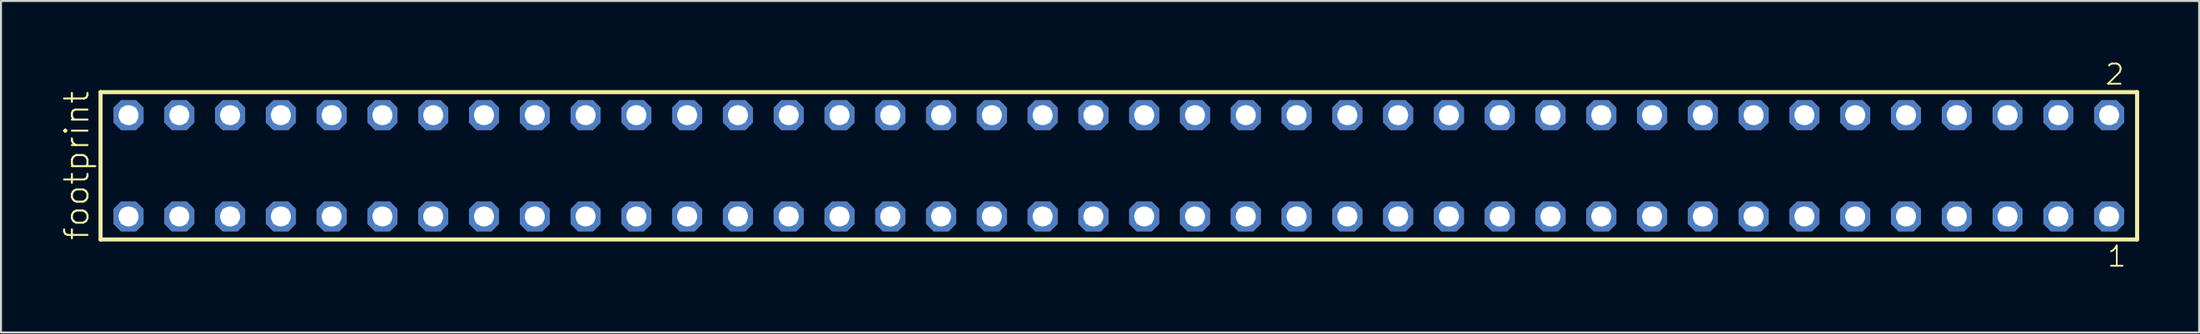
<source format=kicad_pcb>
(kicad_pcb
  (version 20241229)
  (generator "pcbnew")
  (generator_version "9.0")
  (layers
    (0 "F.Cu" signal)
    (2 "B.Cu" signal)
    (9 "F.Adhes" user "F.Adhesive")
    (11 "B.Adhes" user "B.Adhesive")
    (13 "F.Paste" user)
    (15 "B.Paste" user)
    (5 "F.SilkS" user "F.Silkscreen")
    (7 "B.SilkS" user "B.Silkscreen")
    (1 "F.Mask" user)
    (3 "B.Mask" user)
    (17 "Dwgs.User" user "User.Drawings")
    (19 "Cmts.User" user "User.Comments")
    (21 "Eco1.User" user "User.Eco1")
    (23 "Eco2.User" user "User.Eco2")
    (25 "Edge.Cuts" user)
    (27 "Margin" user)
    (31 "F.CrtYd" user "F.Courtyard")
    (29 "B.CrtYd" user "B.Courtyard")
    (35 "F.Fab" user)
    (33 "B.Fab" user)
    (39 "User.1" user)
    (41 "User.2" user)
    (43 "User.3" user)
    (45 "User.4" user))
  (footprint "footprint"
    (layer "F.Cu")
    (at 52.908 5.265)
    (property "Reference" "footprint" (at -51.435 3.81 90) (layer "F.SilkS") (effects (font (size 1.168 1.168) (thickness 0.102)) (justify left bottom)))
    (fp_line (start -50.929 -3.695) (end 50.929 -3.695) (stroke (width 0.203) (type solid)) (layer "F.SilkS"))
    (fp_line (start -50.929 3.695) (end -50.929 -3.695) (stroke (width 0.203) (type solid)) (layer "F.SilkS"))
    (fp_line (start 50.929 -3.695) (end 50.929 3.695) (stroke (width 0.203) (type solid)) (layer "F.SilkS"))
    (fp_line (start 50.929 3.695) (end -50.929 3.695) (stroke (width 0.203) (type solid)) (layer "F.SilkS"))
    (fp_poly (pts (xy -49.88 -2.19) (xy -49.18 -2.19) (xy -49.18 -2.89) (xy -49.88 -2.89)) (stroke (width 0.1) (type solid)) (fill no) (layer "F.Fab"))
    (fp_poly (pts (xy -49.88 2.89) (xy -49.18 2.89) (xy -49.18 2.19) (xy -49.88 2.19)) (stroke (width 0.1) (type solid)) (fill no) (layer "F.Fab"))
    (fp_poly (pts (xy -47.34 -2.19) (xy -46.64 -2.19) (xy -46.64 -2.89) (xy -47.34 -2.89)) (stroke (width 0.1) (type solid)) (fill no) (layer "F.Fab"))
    (fp_poly (pts (xy -47.34 2.89) (xy -46.64 2.89) (xy -46.64 2.19) (xy -47.34 2.19)) (stroke (width 0.1) (type solid)) (fill no) (layer "F.Fab"))
    (fp_poly (pts (xy -44.8 -2.19) (xy -44.1 -2.19) (xy -44.1 -2.89) (xy -44.8 -2.89)) (stroke (width 0.1) (type solid)) (fill no) (layer "F.Fab"))
    (fp_poly (pts (xy -44.8 2.89) (xy -44.1 2.89) (xy -44.1 2.19) (xy -44.8 2.19)) (stroke (width 0.1) (type solid)) (fill no) (layer "F.Fab"))
    (fp_poly (pts (xy -42.26 -2.19) (xy -41.56 -2.19) (xy -41.56 -2.89) (xy -42.26 -2.89)) (stroke (width 0.1) (type solid)) (fill no) (layer "F.Fab"))
    (fp_poly (pts (xy -42.26 2.89) (xy -41.56 2.89) (xy -41.56 2.19) (xy -42.26 2.19)) (stroke (width 0.1) (type solid)) (fill no) (layer "F.Fab"))
    (fp_poly (pts (xy -39.72 -2.19) (xy -39.02 -2.19) (xy -39.02 -2.89) (xy -39.72 -2.89)) (stroke (width 0.1) (type solid)) (fill no) (layer "F.Fab"))
    (fp_poly (pts (xy -39.72 2.89) (xy -39.02 2.89) (xy -39.02 2.19) (xy -39.72 2.19)) (stroke (width 0.1) (type solid)) (fill no) (layer "F.Fab"))
    (fp_poly (pts (xy -37.18 -2.19) (xy -36.48 -2.19) (xy -36.48 -2.89) (xy -37.18 -2.89)) (stroke (width 0.1) (type solid)) (fill no) (layer "F.Fab"))
    (fp_poly (pts (xy -37.18 2.89) (xy -36.48 2.89) (xy -36.48 2.19) (xy -37.18 2.19)) (stroke (width 0.1) (type solid)) (fill no) (layer "F.Fab"))
    (fp_poly (pts (xy -34.64 -2.19) (xy -33.94 -2.19) (xy -33.94 -2.89) (xy -34.64 -2.89)) (stroke (width 0.1) (type solid)) (fill no) (layer "F.Fab"))
    (fp_poly (pts (xy -34.64 2.89) (xy -33.94 2.89) (xy -33.94 2.19) (xy -34.64 2.19)) (stroke (width 0.1) (type solid)) (fill no) (layer "F.Fab"))
    (fp_poly (pts (xy -32.1 -2.19) (xy -31.4 -2.19) (xy -31.4 -2.89) (xy -32.1 -2.89)) (stroke (width 0.1) (type solid)) (fill no) (layer "F.Fab"))
    (fp_poly (pts (xy -32.1 2.89) (xy -31.4 2.89) (xy -31.4 2.19) (xy -32.1 2.19)) (stroke (width 0.1) (type solid)) (fill no) (layer "F.Fab"))
    (fp_poly (pts (xy -29.56 -2.19) (xy -28.86 -2.19) (xy -28.86 -2.89) (xy -29.56 -2.89)) (stroke (width 0.1) (type solid)) (fill no) (layer "F.Fab"))
    (fp_poly (pts (xy -29.56 2.89) (xy -28.86 2.89) (xy -28.86 2.19) (xy -29.56 2.19)) (stroke (width 0.1) (type solid)) (fill no) (layer "F.Fab"))
    (fp_poly (pts (xy -27.02 -2.19) (xy -26.32 -2.19) (xy -26.32 -2.89) (xy -27.02 -2.89)) (stroke (width 0.1) (type solid)) (fill no) (layer "F.Fab"))
    (fp_poly (pts (xy -27.02 2.89) (xy -26.32 2.89) (xy -26.32 2.19) (xy -27.02 2.19)) (stroke (width 0.1) (type solid)) (fill no) (layer "F.Fab"))
    (fp_poly (pts (xy -24.48 -2.19) (xy -23.78 -2.19) (xy -23.78 -2.89) (xy -24.48 -2.89)) (stroke (width 0.1) (type solid)) (fill no) (layer "F.Fab"))
    (fp_poly (pts (xy -24.48 2.89) (xy -23.78 2.89) (xy -23.78 2.19) (xy -24.48 2.19)) (stroke (width 0.1) (type solid)) (fill no) (layer "F.Fab"))
    (fp_poly (pts (xy -21.94 -2.19) (xy -21.24 -2.19) (xy -21.24 -2.89) (xy -21.94 -2.89)) (stroke (width 0.1) (type solid)) (fill no) (layer "F.Fab"))
    (fp_poly (pts (xy -21.94 2.89) (xy -21.24 2.89) (xy -21.24 2.19) (xy -21.94 2.19)) (stroke (width 0.1) (type solid)) (fill no) (layer "F.Fab"))
    (fp_poly (pts (xy -19.4 -2.19) (xy -18.7 -2.19) (xy -18.7 -2.89) (xy -19.4 -2.89)) (stroke (width 0.1) (type solid)) (fill no) (layer "F.Fab"))
    (fp_poly (pts (xy -19.4 2.89) (xy -18.7 2.89) (xy -18.7 2.19) (xy -19.4 2.19)) (stroke (width 0.1) (type solid)) (fill no) (layer "F.Fab"))
    (fp_poly (pts (xy -16.86 -2.19) (xy -16.16 -2.19) (xy -16.16 -2.89) (xy -16.86 -2.89)) (stroke (width 0.1) (type solid)) (fill no) (layer "F.Fab"))
    (fp_poly (pts (xy -16.86 2.89) (xy -16.16 2.89) (xy -16.16 2.19) (xy -16.86 2.19)) (stroke (width 0.1) (type solid)) (fill no) (layer "F.Fab"))
    (fp_poly (pts (xy -14.32 -2.19) (xy -13.62 -2.19) (xy -13.62 -2.89) (xy -14.32 -2.89)) (stroke (width 0.1) (type solid)) (fill no) (layer "F.Fab"))
    (fp_poly (pts (xy -14.32 2.89) (xy -13.62 2.89) (xy -13.62 2.19) (xy -14.32 2.19)) (stroke (width 0.1) (type solid)) (fill no) (layer "F.Fab"))
    (fp_poly (pts (xy -11.78 -2.19) (xy -11.08 -2.19) (xy -11.08 -2.89) (xy -11.78 -2.89)) (stroke (width 0.1) (type solid)) (fill no) (layer "F.Fab"))
    (fp_poly (pts (xy -11.78 2.89) (xy -11.08 2.89) (xy -11.08 2.19) (xy -11.78 2.19)) (stroke (width 0.1) (type solid)) (fill no) (layer "F.Fab"))
    (fp_poly (pts (xy -9.24 -2.19) (xy -8.54 -2.19) (xy -8.54 -2.89) (xy -9.24 -2.89)) (stroke (width 0.1) (type solid)) (fill no) (layer "F.Fab"))
    (fp_poly (pts (xy -9.24 2.89) (xy -8.54 2.89) (xy -8.54 2.19) (xy -9.24 2.19)) (stroke (width 0.1) (type solid)) (fill no) (layer "F.Fab"))
    (fp_poly (pts (xy -6.7 -2.19) (xy -6 -2.19) (xy -6 -2.89) (xy -6.7 -2.89)) (stroke (width 0.1) (type solid)) (fill no) (layer "F.Fab"))
    (fp_poly (pts (xy -6.7 2.89) (xy -6 2.89) (xy -6 2.19) (xy -6.7 2.19)) (stroke (width 0.1) (type solid)) (fill no) (layer "F.Fab"))
    (fp_poly (pts (xy -4.16 -2.19) (xy -3.46 -2.19) (xy -3.46 -2.89) (xy -4.16 -2.89)) (stroke (width 0.1) (type solid)) (fill no) (layer "F.Fab"))
    (fp_poly (pts (xy -4.16 2.89) (xy -3.46 2.89) (xy -3.46 2.19) (xy -4.16 2.19)) (stroke (width 0.1) (type solid)) (fill no) (layer "F.Fab"))
    (fp_poly (pts (xy -1.62 -2.19) (xy -0.92 -2.19) (xy -0.92 -2.89) (xy -1.62 -2.89)) (stroke (width 0.1) (type solid)) (fill no) (layer "F.Fab"))
    (fp_poly (pts (xy -1.62 2.89) (xy -0.92 2.89) (xy -0.92 2.19) (xy -1.62 2.19)) (stroke (width 0.1) (type solid)) (fill no) (layer "F.Fab"))
    (fp_poly (pts (xy 0.92 -2.19) (xy 1.62 -2.19) (xy 1.62 -2.89) (xy 0.92 -2.89)) (stroke (width 0.1) (type solid)) (fill no) (layer "F.Fab"))
    (fp_poly (pts (xy 0.92 2.89) (xy 1.62 2.89) (xy 1.62 2.19) (xy 0.92 2.19)) (stroke (width 0.1) (type solid)) (fill no) (layer "F.Fab"))
    (fp_poly (pts (xy 3.46 -2.19) (xy 4.16 -2.19) (xy 4.16 -2.89) (xy 3.46 -2.89)) (stroke (width 0.1) (type solid)) (fill no) (layer "F.Fab"))
    (fp_poly (pts (xy 3.46 2.89) (xy 4.16 2.89) (xy 4.16 2.19) (xy 3.46 2.19)) (stroke (width 0.1) (type solid)) (fill no) (layer "F.Fab"))
    (fp_poly (pts (xy 6 -2.19) (xy 6.7 -2.19) (xy 6.7 -2.89) (xy 6 -2.89)) (stroke (width 0.1) (type solid)) (fill no) (layer "F.Fab"))
    (fp_poly (pts (xy 6 2.89) (xy 6.7 2.89) (xy 6.7 2.19) (xy 6 2.19)) (stroke (width 0.1) (type solid)) (fill no) (layer "F.Fab"))
    (fp_poly (pts (xy 8.54 -2.19) (xy 9.24 -2.19) (xy 9.24 -2.89) (xy 8.54 -2.89)) (stroke (width 0.1) (type solid)) (fill no) (layer "F.Fab"))
    (fp_poly (pts (xy 8.54 2.89) (xy 9.24 2.89) (xy 9.24 2.19) (xy 8.54 2.19)) (stroke (width 0.1) (type solid)) (fill no) (layer "F.Fab"))
    (fp_poly (pts (xy 11.08 -2.19) (xy 11.78 -2.19) (xy 11.78 -2.89) (xy 11.08 -2.89)) (stroke (width 0.1) (type solid)) (fill no) (layer "F.Fab"))
    (fp_poly (pts (xy 11.08 2.89) (xy 11.78 2.89) (xy 11.78 2.19) (xy 11.08 2.19)) (stroke (width 0.1) (type solid)) (fill no) (layer "F.Fab"))
    (fp_poly (pts (xy 13.62 -2.19) (xy 14.32 -2.19) (xy 14.32 -2.89) (xy 13.62 -2.89)) (stroke (width 0.1) (type solid)) (fill no) (layer "F.Fab"))
    (fp_poly (pts (xy 13.62 2.89) (xy 14.32 2.89) (xy 14.32 2.19) (xy 13.62 2.19)) (stroke (width 0.1) (type solid)) (fill no) (layer "F.Fab"))
    (fp_poly (pts (xy 16.16 -2.19) (xy 16.86 -2.19) (xy 16.86 -2.89) (xy 16.16 -2.89)) (stroke (width 0.1) (type solid)) (fill no) (layer "F.Fab"))
    (fp_poly (pts (xy 16.16 2.89) (xy 16.86 2.89) (xy 16.86 2.19) (xy 16.16 2.19)) (stroke (width 0.1) (type solid)) (fill no) (layer "F.Fab"))
    (fp_poly (pts (xy 18.7 -2.19) (xy 19.4 -2.19) (xy 19.4 -2.89) (xy 18.7 -2.89)) (stroke (width 0.1) (type solid)) (fill no) (layer "F.Fab"))
    (fp_poly (pts (xy 18.7 2.89) (xy 19.4 2.89) (xy 19.4 2.19) (xy 18.7 2.19)) (stroke (width 0.1) (type solid)) (fill no) (layer "F.Fab"))
    (fp_poly (pts (xy 21.24 -2.19) (xy 21.94 -2.19) (xy 21.94 -2.89) (xy 21.24 -2.89)) (stroke (width 0.1) (type solid)) (fill no) (layer "F.Fab"))
    (fp_poly (pts (xy 21.24 2.89) (xy 21.94 2.89) (xy 21.94 2.19) (xy 21.24 2.19)) (stroke (width 0.1) (type solid)) (fill no) (layer "F.Fab"))
    (fp_poly (pts (xy 23.78 -2.19) (xy 24.48 -2.19) (xy 24.48 -2.89) (xy 23.78 -2.89)) (stroke (width 0.1) (type solid)) (fill no) (layer "F.Fab"))
    (fp_poly (pts (xy 23.78 2.89) (xy 24.48 2.89) (xy 24.48 2.19) (xy 23.78 2.19)) (stroke (width 0.1) (type solid)) (fill no) (layer "F.Fab"))
    (fp_poly (pts (xy 26.32 -2.19) (xy 27.02 -2.19) (xy 27.02 -2.89) (xy 26.32 -2.89)) (stroke (width 0.1) (type solid)) (fill no) (layer "F.Fab"))
    (fp_poly (pts (xy 26.32 2.89) (xy 27.02 2.89) (xy 27.02 2.19) (xy 26.32 2.19)) (stroke (width 0.1) (type solid)) (fill no) (layer "F.Fab"))
    (fp_poly (pts (xy 28.86 -2.19) (xy 29.56 -2.19) (xy 29.56 -2.89) (xy 28.86 -2.89)) (stroke (width 0.1) (type solid)) (fill no) (layer "F.Fab"))
    (fp_poly (pts (xy 28.86 2.89) (xy 29.56 2.89) (xy 29.56 2.19) (xy 28.86 2.19)) (stroke (width 0.1) (type solid)) (fill no) (layer "F.Fab"))
    (fp_poly (pts (xy 31.4 -2.19) (xy 32.1 -2.19) (xy 32.1 -2.89) (xy 31.4 -2.89)) (stroke (width 0.1) (type solid)) (fill no) (layer "F.Fab"))
    (fp_poly (pts (xy 31.4 2.89) (xy 32.1 2.89) (xy 32.1 2.19) (xy 31.4 2.19)) (stroke (width 0.1) (type solid)) (fill no) (layer "F.Fab"))
    (fp_poly (pts (xy 33.94 -2.19) (xy 34.64 -2.19) (xy 34.64 -2.89) (xy 33.94 -2.89)) (stroke (width 0.1) (type solid)) (fill no) (layer "F.Fab"))
    (fp_poly (pts (xy 33.94 2.89) (xy 34.64 2.89) (xy 34.64 2.19) (xy 33.94 2.19)) (stroke (width 0.1) (type solid)) (fill no) (layer "F.Fab"))
    (fp_poly (pts (xy 36.48 -2.19) (xy 37.18 -2.19) (xy 37.18 -2.89) (xy 36.48 -2.89)) (stroke (width 0.1) (type solid)) (fill no) (layer "F.Fab"))
    (fp_poly (pts (xy 36.48 2.89) (xy 37.18 2.89) (xy 37.18 2.19) (xy 36.48 2.19)) (stroke (width 0.1) (type solid)) (fill no) (layer "F.Fab"))
    (fp_poly (pts (xy 39.02 -2.19) (xy 39.72 -2.19) (xy 39.72 -2.89) (xy 39.02 -2.89)) (stroke (width 0.1) (type solid)) (fill no) (layer "F.Fab"))
    (fp_poly (pts (xy 39.02 2.89) (xy 39.72 2.89) (xy 39.72 2.19) (xy 39.02 2.19)) (stroke (width 0.1) (type solid)) (fill no) (layer "F.Fab"))
    (fp_poly (pts (xy 41.56 -2.19) (xy 42.26 -2.19) (xy 42.26 -2.89) (xy 41.56 -2.89)) (stroke (width 0.1) (type solid)) (fill no) (layer "F.Fab"))
    (fp_poly (pts (xy 41.56 2.89) (xy 42.26 2.89) (xy 42.26 2.19) (xy 41.56 2.19)) (stroke (width 0.1) (type solid)) (fill no) (layer "F.Fab"))
    (fp_poly (pts (xy 44.1 -2.19) (xy 44.8 -2.19) (xy 44.8 -2.89) (xy 44.1 -2.89)) (stroke (width 0.1) (type solid)) (fill no) (layer "F.Fab"))
    (fp_poly (pts (xy 44.1 2.89) (xy 44.8 2.89) (xy 44.8 2.19) (xy 44.1 2.19)) (stroke (width 0.1) (type solid)) (fill no) (layer "F.Fab"))
    (fp_poly (pts (xy 46.64 -2.19) (xy 47.34 -2.19) (xy 47.34 -2.89) (xy 46.64 -2.89)) (stroke (width 0.1) (type solid)) (fill no) (layer "F.Fab"))
    (fp_poly (pts (xy 46.64 2.89) (xy 47.34 2.89) (xy 47.34 2.19) (xy 46.64 2.19)) (stroke (width 0.1) (type solid)) (fill no) (layer "F.Fab"))
    (fp_poly (pts (xy 49.18 -2.19) (xy 49.88 -2.19) (xy 49.88 -2.89) (xy 49.18 -2.89)) (stroke (width 0.1) (type solid)) (fill no) (layer "F.Fab"))
    (fp_poly (pts (xy 49.18 2.89) (xy 49.88 2.89) (xy 49.88 2.19) (xy 49.18 2.19)) (stroke (width 0.1) (type solid)) (fill no) (layer "F.Fab"))
    (fp_text user "1" (at 49.372 5.138 0) (layer "F.SilkS") (effects (font (size 1.012 1.012) (thickness 0.088)) (justify left bottom)))
    (fp_text user "2" (at 49.272 -3.989 0) (layer "F.SilkS") (effects (font (size 1.012 1.012) (thickness 0.088)) (justify left bottom)))
    (pad "1" thru_hole roundrect (at 49.53 2.54 180) (size 1.5 1.5) (drill 1) (layers "*.Cu" "*.Mask") (roundrect_rratio 0.25) (chamfer_ratio 0.25) (chamfer top_left top_right bottom_left bottom_right))
    (pad "2" thru_hole roundrect (at 49.53 -2.54 180) (size 1.5 1.5) (drill 1) (layers "*.Cu" "*.Mask") (roundrect_rratio 0.25) (chamfer_ratio 0.25) (chamfer top_left top_right bottom_left bottom_right))
    (pad "3" thru_hole roundrect (at 46.99 2.54 180) (size 1.5 1.5) (drill 1) (layers "*.Cu" "*.Mask") (roundrect_rratio 0.25) (chamfer_ratio 0.25) (chamfer top_left top_right bottom_left bottom_right))
    (pad "4" thru_hole roundrect (at 46.99 -2.54 180) (size 1.5 1.5) (drill 1) (layers "*.Cu" "*.Mask") (roundrect_rratio 0.25) (chamfer_ratio 0.25) (chamfer top_left top_right bottom_left bottom_right))
    (pad "5" thru_hole roundrect (at 44.45 2.54 180) (size 1.5 1.5) (drill 1) (layers "*.Cu" "*.Mask") (roundrect_rratio 0.25) (chamfer_ratio 0.25) (chamfer top_left top_right bottom_left bottom_right))
    (pad "6" thru_hole roundrect (at 44.45 -2.54 180) (size 1.5 1.5) (drill 1) (layers "*.Cu" "*.Mask") (roundrect_rratio 0.25) (chamfer_ratio 0.25) (chamfer top_left top_right bottom_left bottom_right))
    (pad "7" thru_hole roundrect (at 41.91 2.54 180) (size 1.5 1.5) (drill 1) (layers "*.Cu" "*.Mask") (roundrect_rratio 0.25) (chamfer_ratio 0.25) (chamfer top_left top_right bottom_left bottom_right))
    (pad "8" thru_hole roundrect (at 41.91 -2.54 180) (size 1.5 1.5) (drill 1) (layers "*.Cu" "*.Mask") (roundrect_rratio 0.25) (chamfer_ratio 0.25) (chamfer top_left top_right bottom_left bottom_right))
    (pad "9" thru_hole roundrect (at 39.37 2.54 180) (size 1.5 1.5) (drill 1) (layers "*.Cu" "*.Mask") (roundrect_rratio 0.25) (chamfer_ratio 0.25) (chamfer top_left top_right bottom_left bottom_right))
    (pad "10" thru_hole roundrect (at 39.37 -2.54 180) (size 1.5 1.5) (drill 1) (layers "*.Cu" "*.Mask") (roundrect_rratio 0.25) (chamfer_ratio 0.25) (chamfer top_left top_right bottom_left bottom_right))
    (pad "11" thru_hole roundrect (at 36.83 2.54 180) (size 1.5 1.5) (drill 1) (layers "*.Cu" "*.Mask") (roundrect_rratio 0.25) (chamfer_ratio 0.25) (chamfer top_left top_right bottom_left bottom_right))
    (pad "12" thru_hole roundrect (at 36.83 -2.54 180) (size 1.5 1.5) (drill 1) (layers "*.Cu" "*.Mask") (roundrect_rratio 0.25) (chamfer_ratio 0.25) (chamfer top_left top_right bottom_left bottom_right))
    (pad "13" thru_hole roundrect (at 34.29 2.54 180) (size 1.5 1.5) (drill 1) (layers "*.Cu" "*.Mask") (roundrect_rratio 0.25) (chamfer_ratio 0.25) (chamfer top_left top_right bottom_left bottom_right))
    (pad "14" thru_hole roundrect (at 34.29 -2.54 180) (size 1.5 1.5) (drill 1) (layers "*.Cu" "*.Mask") (roundrect_rratio 0.25) (chamfer_ratio 0.25) (chamfer top_left top_right bottom_left bottom_right))
    (pad "15" thru_hole roundrect (at 31.75 2.54 180) (size 1.5 1.5) (drill 1) (layers "*.Cu" "*.Mask") (roundrect_rratio 0.25) (chamfer_ratio 0.25) (chamfer top_left top_right bottom_left bottom_right))
    (pad "16" thru_hole roundrect (at 31.75 -2.54 180) (size 1.5 1.5) (drill 1) (layers "*.Cu" "*.Mask") (roundrect_rratio 0.25) (chamfer_ratio 0.25) (chamfer top_left top_right bottom_left bottom_right))
    (pad "17" thru_hole roundrect (at 29.21 2.54 180) (size 1.5 1.5) (drill 1) (layers "*.Cu" "*.Mask") (roundrect_rratio 0.25) (chamfer_ratio 0.25) (chamfer top_left top_right bottom_left bottom_right))
    (pad "18" thru_hole roundrect (at 29.21 -2.54 180) (size 1.5 1.5) (drill 1) (layers "*.Cu" "*.Mask") (roundrect_rratio 0.25) (chamfer_ratio 0.25) (chamfer top_left top_right bottom_left bottom_right))
    (pad "19" thru_hole roundrect (at 26.67 2.54 180) (size 1.5 1.5) (drill 1) (layers "*.Cu" "*.Mask") (roundrect_rratio 0.25) (chamfer_ratio 0.25) (chamfer top_left top_right bottom_left bottom_right))
    (pad "20" thru_hole roundrect (at 26.67 -2.54 180) (size 1.5 1.5) (drill 1) (layers "*.Cu" "*.Mask") (roundrect_rratio 0.25) (chamfer_ratio 0.25) (chamfer top_left top_right bottom_left bottom_right))
    (pad "21" thru_hole roundrect (at 24.13 2.54 180) (size 1.5 1.5) (drill 1) (layers "*.Cu" "*.Mask") (roundrect_rratio 0.25) (chamfer_ratio 0.25) (chamfer top_left top_right bottom_left bottom_right))
    (pad "22" thru_hole roundrect (at 24.13 -2.54 180) (size 1.5 1.5) (drill 1) (layers "*.Cu" "*.Mask") (roundrect_rratio 0.25) (chamfer_ratio 0.25) (chamfer top_left top_right bottom_left bottom_right))
    (pad "23" thru_hole roundrect (at 21.59 2.54 180) (size 1.5 1.5) (drill 1) (layers "*.Cu" "*.Mask") (roundrect_rratio 0.25) (chamfer_ratio 0.25) (chamfer top_left top_right bottom_left bottom_right))
    (pad "24" thru_hole roundrect (at 21.59 -2.54 180) (size 1.5 1.5) (drill 1) (layers "*.Cu" "*.Mask") (roundrect_rratio 0.25) (chamfer_ratio 0.25) (chamfer top_left top_right bottom_left bottom_right))
    (pad "25" thru_hole roundrect (at 19.05 2.54 180) (size 1.5 1.5) (drill 1) (layers "*.Cu" "*.Mask") (roundrect_rratio 0.25) (chamfer_ratio 0.25) (chamfer top_left top_right bottom_left bottom_right))
    (pad "26" thru_hole roundrect (at 19.05 -2.54 180) (size 1.5 1.5) (drill 1) (layers "*.Cu" "*.Mask") (roundrect_rratio 0.25) (chamfer_ratio 0.25) (chamfer top_left top_right bottom_left bottom_right))
    (pad "27" thru_hole roundrect (at 16.51 2.54 180) (size 1.5 1.5) (drill 1) (layers "*.Cu" "*.Mask") (roundrect_rratio 0.25) (chamfer_ratio 0.25) (chamfer top_left top_right bottom_left bottom_right))
    (pad "28" thru_hole roundrect (at 16.51 -2.54 180) (size 1.5 1.5) (drill 1) (layers "*.Cu" "*.Mask") (roundrect_rratio 0.25) (chamfer_ratio 0.25) (chamfer top_left top_right bottom_left bottom_right))
    (pad "29" thru_hole roundrect (at 13.97 2.54 180) (size 1.5 1.5) (drill 1) (layers "*.Cu" "*.Mask") (roundrect_rratio 0.25) (chamfer_ratio 0.25) (chamfer top_left top_right bottom_left bottom_right))
    (pad "30" thru_hole roundrect (at 13.97 -2.54 180) (size 1.5 1.5) (drill 1) (layers "*.Cu" "*.Mask") (roundrect_rratio 0.25) (chamfer_ratio 0.25) (chamfer top_left top_right bottom_left bottom_right))
    (pad "31" thru_hole roundrect (at 11.43 2.54 180) (size 1.5 1.5) (drill 1) (layers "*.Cu" "*.Mask") (roundrect_rratio 0.25) (chamfer_ratio 0.25) (chamfer top_left top_right bottom_left bottom_right))
    (pad "32" thru_hole roundrect (at 11.43 -2.54 180) (size 1.5 1.5) (drill 1) (layers "*.Cu" "*.Mask") (roundrect_rratio 0.25) (chamfer_ratio 0.25) (chamfer top_left top_right bottom_left bottom_right))
    (pad "33" thru_hole roundrect (at 8.89 2.54 180) (size 1.5 1.5) (drill 1) (layers "*.Cu" "*.Mask") (roundrect_rratio 0.25) (chamfer_ratio 0.25) (chamfer top_left top_right bottom_left bottom_right))
    (pad "34" thru_hole roundrect (at 8.89 -2.54 180) (size 1.5 1.5) (drill 1) (layers "*.Cu" "*.Mask") (roundrect_rratio 0.25) (chamfer_ratio 0.25) (chamfer top_left top_right bottom_left bottom_right))
    (pad "35" thru_hole roundrect (at 6.35 2.54 180) (size 1.5 1.5) (drill 1) (layers "*.Cu" "*.Mask") (roundrect_rratio 0.25) (chamfer_ratio 0.25) (chamfer top_left top_right bottom_left bottom_right))
    (pad "36" thru_hole roundrect (at 6.35 -2.54 180) (size 1.5 1.5) (drill 1) (layers "*.Cu" "*.Mask") (roundrect_rratio 0.25) (chamfer_ratio 0.25) (chamfer top_left top_right bottom_left bottom_right))
    (pad "37" thru_hole roundrect (at 3.81 2.54 180) (size 1.5 1.5) (drill 1) (layers "*.Cu" "*.Mask") (roundrect_rratio 0.25) (chamfer_ratio 0.25) (chamfer top_left top_right bottom_left bottom_right))
    (pad "38" thru_hole roundrect (at 3.81 -2.54 180) (size 1.5 1.5) (drill 1) (layers "*.Cu" "*.Mask") (roundrect_rratio 0.25) (chamfer_ratio 0.25) (chamfer top_left top_right bottom_left bottom_right))
    (pad "39" thru_hole roundrect (at 1.27 2.54 180) (size 1.5 1.5) (drill 1) (layers "*.Cu" "*.Mask") (roundrect_rratio 0.25) (chamfer_ratio 0.25) (chamfer top_left top_right bottom_left bottom_right))
    (pad "40" thru_hole roundrect (at 1.27 -2.54 180) (size 1.5 1.5) (drill 1) (layers "*.Cu" "*.Mask") (roundrect_rratio 0.25) (chamfer_ratio 0.25) (chamfer top_left top_right bottom_left bottom_right))
    (pad "41" thru_hole roundrect (at -1.27 2.54 180) (size 1.5 1.5) (drill 1) (layers "*.Cu" "*.Mask") (roundrect_rratio 0.25) (chamfer_ratio 0.25) (chamfer top_left top_right bottom_left bottom_right))
    (pad "42" thru_hole roundrect (at -1.27 -2.54 180) (size 1.5 1.5) (drill 1) (layers "*.Cu" "*.Mask") (roundrect_rratio 0.25) (chamfer_ratio 0.25) (chamfer top_left top_right bottom_left bottom_right))
    (pad "43" thru_hole roundrect (at -3.81 2.54 180) (size 1.5 1.5) (drill 1) (layers "*.Cu" "*.Mask") (roundrect_rratio 0.25) (chamfer_ratio 0.25) (chamfer top_left top_right bottom_left bottom_right))
    (pad "44" thru_hole roundrect (at -3.81 -2.54 180) (size 1.5 1.5) (drill 1) (layers "*.Cu" "*.Mask") (roundrect_rratio 0.25) (chamfer_ratio 0.25) (chamfer top_left top_right bottom_left bottom_right))
    (pad "45" thru_hole roundrect (at -6.35 2.54 180) (size 1.5 1.5) (drill 1) (layers "*.Cu" "*.Mask") (roundrect_rratio 0.25) (chamfer_ratio 0.25) (chamfer top_left top_right bottom_left bottom_right))
    (pad "46" thru_hole roundrect (at -6.35 -2.54 180) (size 1.5 1.5) (drill 1) (layers "*.Cu" "*.Mask") (roundrect_rratio 0.25) (chamfer_ratio 0.25) (chamfer top_left top_right bottom_left bottom_right))
    (pad "47" thru_hole roundrect (at -8.89 2.54 180) (size 1.5 1.5) (drill 1) (layers "*.Cu" "*.Mask") (roundrect_rratio 0.25) (chamfer_ratio 0.25) (chamfer top_left top_right bottom_left bottom_right))
    (pad "48" thru_hole roundrect (at -8.89 -2.54 180) (size 1.5 1.5) (drill 1) (layers "*.Cu" "*.Mask") (roundrect_rratio 0.25) (chamfer_ratio 0.25) (chamfer top_left top_right bottom_left bottom_right))
    (pad "49" thru_hole roundrect (at -11.43 2.54 180) (size 1.5 1.5) (drill 1) (layers "*.Cu" "*.Mask") (roundrect_rratio 0.25) (chamfer_ratio 0.25) (chamfer top_left top_right bottom_left bottom_right))
    (pad "50" thru_hole roundrect (at -11.43 -2.54 180) (size 1.5 1.5) (drill 1) (layers "*.Cu" "*.Mask") (roundrect_rratio 0.25) (chamfer_ratio 0.25) (chamfer top_left top_right bottom_left bottom_right))
    (pad "51" thru_hole roundrect (at -13.97 2.54 180) (size 1.5 1.5) (drill 1) (layers "*.Cu" "*.Mask") (roundrect_rratio 0.25) (chamfer_ratio 0.25) (chamfer top_left top_right bottom_left bottom_right))
    (pad "52" thru_hole roundrect (at -13.97 -2.54 180) (size 1.5 1.5) (drill 1) (layers "*.Cu" "*.Mask") (roundrect_rratio 0.25) (chamfer_ratio 0.25) (chamfer top_left top_right bottom_left bottom_right))
    (pad "53" thru_hole roundrect (at -16.51 2.54 180) (size 1.5 1.5) (drill 1) (layers "*.Cu" "*.Mask") (roundrect_rratio 0.25) (chamfer_ratio 0.25) (chamfer top_left top_right bottom_left bottom_right))
    (pad "54" thru_hole roundrect (at -16.51 -2.54 180) (size 1.5 1.5) (drill 1) (layers "*.Cu" "*.Mask") (roundrect_rratio 0.25) (chamfer_ratio 0.25) (chamfer top_left top_right bottom_left bottom_right))
    (pad "55" thru_hole roundrect (at -19.05 2.54 180) (size 1.5 1.5) (drill 1) (layers "*.Cu" "*.Mask") (roundrect_rratio 0.25) (chamfer_ratio 0.25) (chamfer top_left top_right bottom_left bottom_right))
    (pad "56" thru_hole roundrect (at -19.05 -2.54 180) (size 1.5 1.5) (drill 1) (layers "*.Cu" "*.Mask") (roundrect_rratio 0.25) (chamfer_ratio 0.25) (chamfer top_left top_right bottom_left bottom_right))
    (pad "57" thru_hole roundrect (at -21.59 2.54 180) (size 1.5 1.5) (drill 1) (layers "*.Cu" "*.Mask") (roundrect_rratio 0.25) (chamfer_ratio 0.25) (chamfer top_left top_right bottom_left bottom_right))
    (pad "58" thru_hole roundrect (at -21.59 -2.54 180) (size 1.5 1.5) (drill 1) (layers "*.Cu" "*.Mask") (roundrect_rratio 0.25) (chamfer_ratio 0.25) (chamfer top_left top_right bottom_left bottom_right))
    (pad "59" thru_hole roundrect (at -24.13 2.54 180) (size 1.5 1.5) (drill 1) (layers "*.Cu" "*.Mask") (roundrect_rratio 0.25) (chamfer_ratio 0.25) (chamfer top_left top_right bottom_left bottom_right))
    (pad "60" thru_hole roundrect (at -24.13 -2.54 180) (size 1.5 1.5) (drill 1) (layers "*.Cu" "*.Mask") (roundrect_rratio 0.25) (chamfer_ratio 0.25) (chamfer top_left top_right bottom_left bottom_right))
    (pad "61" thru_hole roundrect (at -26.67 2.54 180) (size 1.5 1.5) (drill 1) (layers "*.Cu" "*.Mask") (roundrect_rratio 0.25) (chamfer_ratio 0.25) (chamfer top_left top_right bottom_left bottom_right))
    (pad "62" thru_hole roundrect (at -26.67 -2.54 180) (size 1.5 1.5) (drill 1) (layers "*.Cu" "*.Mask") (roundrect_rratio 0.25) (chamfer_ratio 0.25) (chamfer top_left top_right bottom_left bottom_right))
    (pad "63" thru_hole roundrect (at -29.21 2.54 180) (size 1.5 1.5) (drill 1) (layers "*.Cu" "*.Mask") (roundrect_rratio 0.25) (chamfer_ratio 0.25) (chamfer top_left top_right bottom_left bottom_right))
    (pad "64" thru_hole roundrect (at -29.21 -2.54 180) (size 1.5 1.5) (drill 1) (layers "*.Cu" "*.Mask") (roundrect_rratio 0.25) (chamfer_ratio 0.25) (chamfer top_left top_right bottom_left bottom_right))
    (pad "65" thru_hole roundrect (at -31.75 2.54 180) (size 1.5 1.5) (drill 1) (layers "*.Cu" "*.Mask") (roundrect_rratio 0.25) (chamfer_ratio 0.25) (chamfer top_left top_right bottom_left bottom_right))
    (pad "66" thru_hole roundrect (at -31.75 -2.54 180) (size 1.5 1.5) (drill 1) (layers "*.Cu" "*.Mask") (roundrect_rratio 0.25) (chamfer_ratio 0.25) (chamfer top_left top_right bottom_left bottom_right))
    (pad "67" thru_hole roundrect (at -34.29 2.54 180) (size 1.5 1.5) (drill 1) (layers "*.Cu" "*.Mask") (roundrect_rratio 0.25) (chamfer_ratio 0.25) (chamfer top_left top_right bottom_left bottom_right))
    (pad "68" thru_hole roundrect (at -34.29 -2.54 180) (size 1.5 1.5) (drill 1) (layers "*.Cu" "*.Mask") (roundrect_rratio 0.25) (chamfer_ratio 0.25) (chamfer top_left top_right bottom_left bottom_right))
    (pad "69" thru_hole roundrect (at -36.83 2.54 180) (size 1.5 1.5) (drill 1) (layers "*.Cu" "*.Mask") (roundrect_rratio 0.25) (chamfer_ratio 0.25) (chamfer top_left top_right bottom_left bottom_right))
    (pad "70" thru_hole roundrect (at -36.83 -2.54 180) (size 1.5 1.5) (drill 1) (layers "*.Cu" "*.Mask") (roundrect_rratio 0.25) (chamfer_ratio 0.25) (chamfer top_left top_right bottom_left bottom_right))
    (pad "71" thru_hole roundrect (at -39.37 2.54 180) (size 1.5 1.5) (drill 1) (layers "*.Cu" "*.Mask") (roundrect_rratio 0.25) (chamfer_ratio 0.25) (chamfer top_left top_right bottom_left bottom_right))
    (pad "72" thru_hole roundrect (at -39.37 -2.54 180) (size 1.5 1.5) (drill 1) (layers "*.Cu" "*.Mask") (roundrect_rratio 0.25) (chamfer_ratio 0.25) (chamfer top_left top_right bottom_left bottom_right))
    (pad "73" thru_hole roundrect (at -41.91 2.54 180) (size 1.5 1.5) (drill 1) (layers "*.Cu" "*.Mask") (roundrect_rratio 0.25) (chamfer_ratio 0.25) (chamfer top_left top_right bottom_left bottom_right))
    (pad "74" thru_hole roundrect (at -41.91 -2.54 180) (size 1.5 1.5) (drill 1) (layers "*.Cu" "*.Mask") (roundrect_rratio 0.25) (chamfer_ratio 0.25) (chamfer top_left top_right bottom_left bottom_right))
    (pad "75" thru_hole roundrect (at -44.45 2.54 180) (size 1.5 1.5) (drill 1) (layers "*.Cu" "*.Mask") (roundrect_rratio 0.25) (chamfer_ratio 0.25) (chamfer top_left top_right bottom_left bottom_right))
    (pad "76" thru_hole roundrect (at -44.45 -2.54 180) (size 1.5 1.5) (drill 1) (layers "*.Cu" "*.Mask") (roundrect_rratio 0.25) (chamfer_ratio 0.25) (chamfer top_left top_right bottom_left bottom_right))
    (pad "77" thru_hole roundrect (at -46.99 2.54 180) (size 1.5 1.5) (drill 1) (layers "*.Cu" "*.Mask") (roundrect_rratio 0.25) (chamfer_ratio 0.25) (chamfer top_left top_right bottom_left bottom_right))
    (pad "78" thru_hole roundrect (at -46.99 -2.54 180) (size 1.5 1.5) (drill 1) (layers "*.Cu" "*.Mask") (roundrect_rratio 0.25) (chamfer_ratio 0.25) (chamfer top_left top_right bottom_left bottom_right))
    (pad "79" thru_hole roundrect (at -49.53 2.54 180) (size 1.5 1.5) (drill 1) (layers "*.Cu" "*.Mask") (roundrect_rratio 0.25) (chamfer_ratio 0.25) (chamfer top_left top_right bottom_left bottom_right))
    (pad "80" thru_hole roundrect (at -49.53 -2.54 180) (size 1.5 1.5) (drill 1) (layers "*.Cu" "*.Mask") (roundrect_rratio 0.25) (chamfer_ratio 0.25) (chamfer top_left top_right bottom_left bottom_right)))
  (gr_rect
    (start -3 -3)
    (end 106.939 13.62)
    (stroke (width 0.1) (type default))
    (fill no)
    (layer "Edge.Cuts")))
</source>
